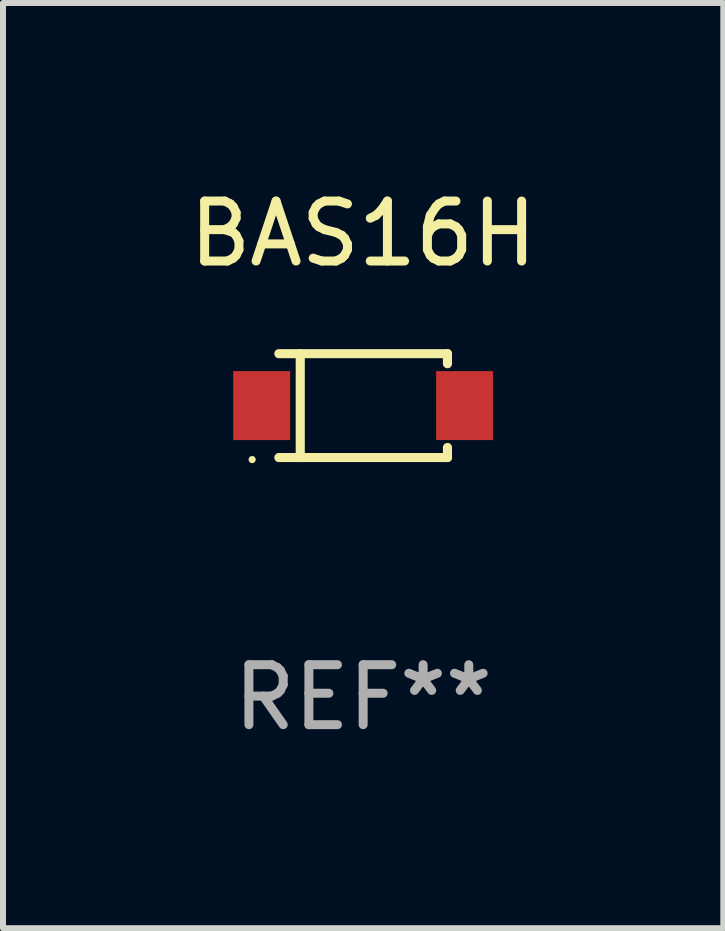
<source format=kicad_pcb>
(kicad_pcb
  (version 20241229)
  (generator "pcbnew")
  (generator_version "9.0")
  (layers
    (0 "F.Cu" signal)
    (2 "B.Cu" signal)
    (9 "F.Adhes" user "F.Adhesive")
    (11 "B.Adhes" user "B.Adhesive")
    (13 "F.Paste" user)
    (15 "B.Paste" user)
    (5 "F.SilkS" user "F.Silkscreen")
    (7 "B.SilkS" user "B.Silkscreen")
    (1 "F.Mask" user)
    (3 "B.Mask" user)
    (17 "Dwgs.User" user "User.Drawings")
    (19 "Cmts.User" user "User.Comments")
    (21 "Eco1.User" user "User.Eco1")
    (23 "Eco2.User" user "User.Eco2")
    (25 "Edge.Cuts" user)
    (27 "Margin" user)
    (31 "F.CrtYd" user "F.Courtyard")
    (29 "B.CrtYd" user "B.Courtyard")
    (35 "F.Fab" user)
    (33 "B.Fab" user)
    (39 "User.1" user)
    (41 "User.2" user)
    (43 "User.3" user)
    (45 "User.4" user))
  (footprint "BAS16H"
    (layer "F.Cu")
    (at 3.006 3.714)
    (property "Reference" "BAS16H" (at 0 -2.866 0) (layer "F.SilkS") (effects (font (size 1 1) (thickness 0.15))))
    (attr through_hole)
    (fp_line (start -1.406 -0.866) (end 1.406 -0.866) (stroke (width 0.152) (type solid)) (layer "F.SilkS"))
    (fp_line (start -1.406 0.866) (end 1.406 0.866) (stroke (width 0.152) (type solid)) (layer "F.SilkS"))
    (fp_line (start -1.049 -0.866) (end -1.049 0.866) (stroke (width 0.152) (type solid)) (layer "F.SilkS"))
    (fp_line (start 1.406 -0.866) (end 1.406 -0.698) (stroke (width 0.152) (type solid)) (layer "F.SilkS"))
    (fp_line (start 1.406 0.866) (end 1.406 0.698) (stroke (width 0.152) (type solid)) (layer "F.SilkS"))
    (fp_circle (center -1.851 0.9) (end -1.821 0.9) (stroke (width 0.06) (type solid)) (fill no) (layer "F.SilkS"))
    (fp_text user "REF**" (at 0 4.866 0) (layer "F.Fab") (effects (font (size 1 1) (thickness 0.15))))
    (pad "1" smd rect (at -1.692 0) (size 0.95 1.15) (layers "F.Cu" "F.Mask" "F.Paste"))
    (pad "2" smd rect (at 1.692 0) (size 0.95 1.15) (layers "F.Cu" "F.Mask" "F.Paste")))
  (gr_rect
    (start -3 -3)
    (end 9.012 12.429)
    (stroke (width 0.1) (type default))
    (fill no)
    (layer "Edge.Cuts")))
</source>
